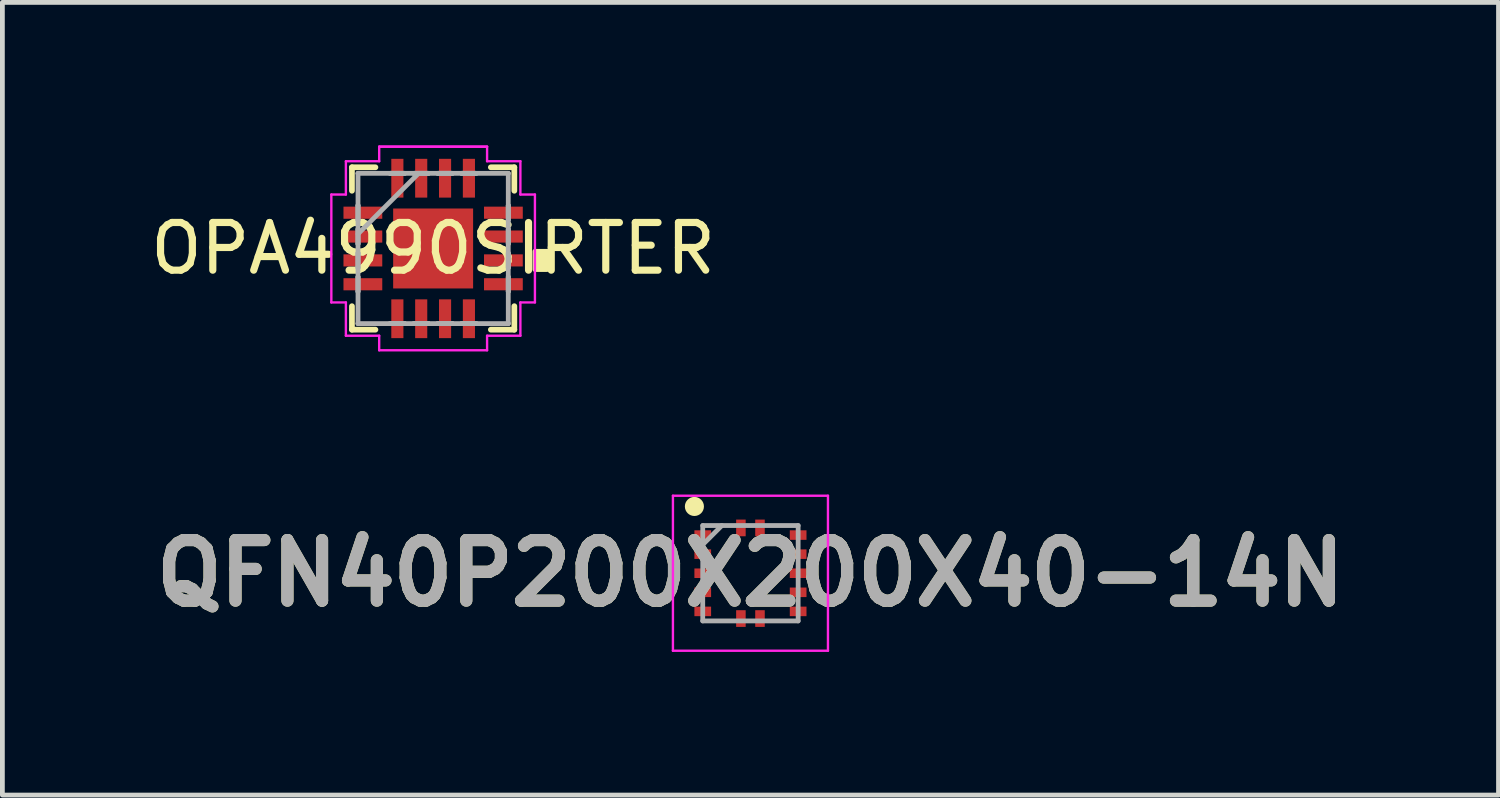
<source format=kicad_pcb>
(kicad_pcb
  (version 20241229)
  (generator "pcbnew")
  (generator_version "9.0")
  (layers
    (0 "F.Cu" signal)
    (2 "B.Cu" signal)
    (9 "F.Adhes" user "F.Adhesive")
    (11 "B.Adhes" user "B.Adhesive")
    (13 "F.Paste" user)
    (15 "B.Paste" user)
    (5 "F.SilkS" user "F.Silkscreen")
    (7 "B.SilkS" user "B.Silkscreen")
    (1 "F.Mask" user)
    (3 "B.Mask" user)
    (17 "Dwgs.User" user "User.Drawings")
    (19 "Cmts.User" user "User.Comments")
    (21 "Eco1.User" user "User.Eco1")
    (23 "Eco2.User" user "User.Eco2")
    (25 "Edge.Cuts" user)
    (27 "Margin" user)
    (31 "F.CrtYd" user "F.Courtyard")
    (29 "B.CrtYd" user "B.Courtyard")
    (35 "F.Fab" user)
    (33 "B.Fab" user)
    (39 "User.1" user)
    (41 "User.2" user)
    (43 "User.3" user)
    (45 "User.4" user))
  (footprint "OPA4990SIRTER"
    (layer "F.Cu")
    (at 6.03 2.159)
    (property "Reference" "OPA4990SIRTER" (at 0 0 0) (layer "F.SilkS") (effects (font (size 1 1) (thickness 0.15))))
    (attr through_hole)
    (fp_line (start -1.702 -1.702) (end -1.702 -1.21) (stroke (width 0.12) (type solid)) (layer "F.SilkS"))
    (fp_line (start -1.702 1.21) (end -1.702 1.702) (stroke (width 0.12) (type solid)) (layer "F.SilkS"))
    (fp_line (start -1.702 1.702) (end -1.21 1.702) (stroke (width 0.12) (type solid)) (layer "F.SilkS"))
    (fp_line (start -1.21 -1.702) (end -1.702 -1.702) (stroke (width 0.12) (type solid)) (layer "F.SilkS"))
    (fp_line (start 1.21 1.702) (end 1.702 1.702) (stroke (width 0.12) (type solid)) (layer "F.SilkS"))
    (fp_line (start 1.702 -1.702) (end 1.21 -1.702) (stroke (width 0.12) (type solid)) (layer "F.SilkS"))
    (fp_line (start 1.702 -1.21) (end 1.702 -1.702) (stroke (width 0.12) (type solid)) (layer "F.SilkS"))
    (fp_line (start 1.702 1.702) (end 1.702 1.21) (stroke (width 0.12) (type solid)) (layer "F.SilkS"))
    (fp_poly (pts (xy 2.388 0.059) (xy 2.388 0.441) (xy 2.134 0.441) (xy 2.134 0.059)) (stroke (width 0.1) (type solid)) (fill yes) (layer "F.SilkS"))
    (fp_line (start -2.134 -1.131) (end -1.829 -1.131) (stroke (width 0.05) (type solid)) (layer "F.CrtYd"))
    (fp_line (start -2.134 1.131) (end -2.134 -1.131) (stroke (width 0.05) (type solid)) (layer "F.CrtYd"))
    (fp_line (start -1.829 -1.829) (end -1.131 -1.829) (stroke (width 0.05) (type solid)) (layer "F.CrtYd"))
    (fp_line (start -1.829 -1.131) (end -1.829 -1.829) (stroke (width 0.05) (type solid)) (layer "F.CrtYd"))
    (fp_line (start -1.829 1.131) (end -2.134 1.131) (stroke (width 0.05) (type solid)) (layer "F.CrtYd"))
    (fp_line (start -1.829 1.829) (end -1.829 1.131) (stroke (width 0.05) (type solid)) (layer "F.CrtYd"))
    (fp_line (start -1.131 -2.134) (end 1.131 -2.134) (stroke (width 0.05) (type solid)) (layer "F.CrtYd"))
    (fp_line (start -1.131 -2.134) (end 1.131 -2.134) (stroke (width 0.05) (type solid)) (layer "F.CrtYd"))
    (fp_line (start -1.131 -1.829) (end -1.131 -2.134) (stroke (width 0.05) (type solid)) (layer "F.CrtYd"))
    (fp_line (start -1.131 1.829) (end -1.829 1.829) (stroke (width 0.05) (type solid)) (layer "F.CrtYd"))
    (fp_line (start -1.131 2.134) (end -1.131 1.829) (stroke (width 0.05) (type solid)) (layer "F.CrtYd"))
    (fp_line (start 1.131 -2.134) (end 1.131 -1.829) (stroke (width 0.05) (type solid)) (layer "F.CrtYd"))
    (fp_line (start 1.131 -1.829) (end 1.829 -1.829) (stroke (width 0.05) (type solid)) (layer "F.CrtYd"))
    (fp_line (start 1.131 1.829) (end 1.131 2.134) (stroke (width 0.05) (type solid)) (layer "F.CrtYd"))
    (fp_line (start 1.131 2.134) (end -1.131 2.134) (stroke (width 0.05) (type solid)) (layer "F.CrtYd"))
    (fp_line (start 1.829 -1.829) (end 1.829 -1.131) (stroke (width 0.05) (type solid)) (layer "F.CrtYd"))
    (fp_line (start 1.829 -1.131) (end 2.134 -1.131) (stroke (width 0.05) (type solid)) (layer "F.CrtYd"))
    (fp_line (start 1.829 1.131) (end 1.829 1.829) (stroke (width 0.05) (type solid)) (layer "F.CrtYd"))
    (fp_line (start 1.829 1.829) (end 1.131 1.829) (stroke (width 0.05) (type solid)) (layer "F.CrtYd"))
    (fp_line (start 2.134 -1.131) (end 2.134 1.131) (stroke (width 0.05) (type solid)) (layer "F.CrtYd"))
    (fp_line (start 2.134 1.131) (end 1.829 1.131) (stroke (width 0.05) (type solid)) (layer "F.CrtYd"))
    (fp_line (start -1.575 -1.575) (end -1.575 -1.575) (stroke (width 0.1) (type solid)) (layer "F.Fab"))
    (fp_line (start -1.575 -1.575) (end -1.575 1.575) (stroke (width 0.1) (type solid)) (layer "F.Fab"))
    (fp_line (start -1.575 -0.902) (end -1.575 -0.902) (stroke (width 0.1) (type solid)) (layer "F.Fab"))
    (fp_line (start -1.575 -0.902) (end -1.575 -0.598) (stroke (width 0.1) (type solid)) (layer "F.Fab"))
    (fp_line (start -1.575 -0.598) (end -1.575 -0.902) (stroke (width 0.1) (type solid)) (layer "F.Fab"))
    (fp_line (start -1.575 -0.598) (end -1.575 -0.598) (stroke (width 0.1) (type solid)) (layer "F.Fab"))
    (fp_line (start -1.575 -0.402) (end -1.575 -0.402) (stroke (width 0.1) (type solid)) (layer "F.Fab"))
    (fp_line (start -1.575 -0.402) (end -1.575 -0.098) (stroke (width 0.1) (type solid)) (layer "F.Fab"))
    (fp_line (start -1.575 -0.305) (end -0.305 -1.575) (stroke (width 0.1) (type solid)) (layer "F.Fab"))
    (fp_line (start -1.575 -0.098) (end -1.575 -0.402) (stroke (width 0.1) (type solid)) (layer "F.Fab"))
    (fp_line (start -1.575 -0.098) (end -1.575 -0.098) (stroke (width 0.1) (type solid)) (layer "F.Fab"))
    (fp_line (start -1.575 0.098) (end -1.575 0.098) (stroke (width 0.1) (type solid)) (layer "F.Fab"))
    (fp_line (start -1.575 0.098) (end -1.575 0.402) (stroke (width 0.1) (type solid)) (layer "F.Fab"))
    (fp_line (start -1.575 0.402) (end -1.575 0.098) (stroke (width 0.1) (type solid)) (layer "F.Fab"))
    (fp_line (start -1.575 0.402) (end -1.575 0.402) (stroke (width 0.1) (type solid)) (layer "F.Fab"))
    (fp_line (start -1.575 0.598) (end -1.575 0.598) (stroke (width 0.1) (type solid)) (layer "F.Fab"))
    (fp_line (start -1.575 0.598) (end -1.575 0.902) (stroke (width 0.1) (type solid)) (layer "F.Fab"))
    (fp_line (start -1.575 0.902) (end -1.575 0.598) (stroke (width 0.1) (type solid)) (layer "F.Fab"))
    (fp_line (start -1.575 0.902) (end -1.575 0.902) (stroke (width 0.1) (type solid)) (layer "F.Fab"))
    (fp_line (start -1.575 1.575) (end -1.575 1.575) (stroke (width 0.1) (type solid)) (layer "F.Fab"))
    (fp_line (start -1.575 1.575) (end 1.575 1.575) (stroke (width 0.1) (type solid)) (layer "F.Fab"))
    (fp_line (start -0.902 -1.575) (end -0.902 -1.575) (stroke (width 0.1) (type solid)) (layer "F.Fab"))
    (fp_line (start -0.902 -1.575) (end -0.598 -1.575) (stroke (width 0.1) (type solid)) (layer "F.Fab"))
    (fp_line (start -0.902 1.575) (end -0.902 1.575) (stroke (width 0.1) (type solid)) (layer "F.Fab"))
    (fp_line (start -0.902 1.575) (end -0.598 1.575) (stroke (width 0.1) (type solid)) (layer "F.Fab"))
    (fp_line (start -0.598 -1.575) (end -0.902 -1.575) (stroke (width 0.1) (type solid)) (layer "F.Fab"))
    (fp_line (start -0.598 -1.575) (end -0.598 -1.575) (stroke (width 0.1) (type solid)) (layer "F.Fab"))
    (fp_line (start -0.598 1.575) (end -0.902 1.575) (stroke (width 0.1) (type solid)) (layer "F.Fab"))
    (fp_line (start -0.598 1.575) (end -0.598 1.575) (stroke (width 0.1) (type solid)) (layer "F.Fab"))
    (fp_line (start -0.402 -1.575) (end -0.402 -1.575) (stroke (width 0.1) (type solid)) (layer "F.Fab"))
    (fp_line (start -0.402 -1.575) (end -0.098 -1.575) (stroke (width 0.1) (type solid)) (layer "F.Fab"))
    (fp_line (start -0.402 1.575) (end -0.402 1.575) (stroke (width 0.1) (type solid)) (layer "F.Fab"))
    (fp_line (start -0.402 1.575) (end -0.098 1.575) (stroke (width 0.1) (type solid)) (layer "F.Fab"))
    (fp_line (start -0.098 -1.575) (end -0.402 -1.575) (stroke (width 0.1) (type solid)) (layer "F.Fab"))
    (fp_line (start -0.098 -1.575) (end -0.098 -1.575) (stroke (width 0.1) (type solid)) (layer "F.Fab"))
    (fp_line (start -0.098 1.575) (end -0.402 1.575) (stroke (width 0.1) (type solid)) (layer "F.Fab"))
    (fp_line (start -0.098 1.575) (end -0.098 1.575) (stroke (width 0.1) (type solid)) (layer "F.Fab"))
    (fp_line (start 0.098 -1.575) (end 0.098 -1.575) (stroke (width 0.1) (type solid)) (layer "F.Fab"))
    (fp_line (start 0.098 -1.575) (end 0.402 -1.575) (stroke (width 0.1) (type solid)) (layer "F.Fab"))
    (fp_line (start 0.098 1.575) (end 0.098 1.575) (stroke (width 0.1) (type solid)) (layer "F.Fab"))
    (fp_line (start 0.098 1.575) (end 0.402 1.575) (stroke (width 0.1) (type solid)) (layer "F.Fab"))
    (fp_line (start 0.402 -1.575) (end 0.098 -1.575) (stroke (width 0.1) (type solid)) (layer "F.Fab"))
    (fp_line (start 0.402 -1.575) (end 0.402 -1.575) (stroke (width 0.1) (type solid)) (layer "F.Fab"))
    (fp_line (start 0.402 1.575) (end 0.098 1.575) (stroke (width 0.1) (type solid)) (layer "F.Fab"))
    (fp_line (start 0.402 1.575) (end 0.402 1.575) (stroke (width 0.1) (type solid)) (layer "F.Fab"))
    (fp_line (start 0.598 -1.575) (end 0.598 -1.575) (stroke (width 0.1) (type solid)) (layer "F.Fab"))
    (fp_line (start 0.598 -1.575) (end 0.902 -1.575) (stroke (width 0.1) (type solid)) (layer "F.Fab"))
    (fp_line (start 0.598 1.575) (end 0.598 1.575) (stroke (width 0.1) (type solid)) (layer "F.Fab"))
    (fp_line (start 0.598 1.575) (end 0.902 1.575) (stroke (width 0.1) (type solid)) (layer "F.Fab"))
    (fp_line (start 0.902 -1.575) (end 0.598 -1.575) (stroke (width 0.1) (type solid)) (layer "F.Fab"))
    (fp_line (start 0.902 -1.575) (end 0.902 -1.575) (stroke (width 0.1) (type solid)) (layer "F.Fab"))
    (fp_line (start 0.902 1.575) (end 0.598 1.575) (stroke (width 0.1) (type solid)) (layer "F.Fab"))
    (fp_line (start 0.902 1.575) (end 0.902 1.575) (stroke (width 0.1) (type solid)) (layer "F.Fab"))
    (fp_line (start 1.575 -1.575) (end -1.575 -1.575) (stroke (width 0.1) (type solid)) (layer "F.Fab"))
    (fp_line (start 1.575 -1.575) (end 1.575 -1.575) (stroke (width 0.1) (type solid)) (layer "F.Fab"))
    (fp_line (start 1.575 -0.902) (end 1.575 -0.902) (stroke (width 0.1) (type solid)) (layer "F.Fab"))
    (fp_line (start 1.575 -0.902) (end 1.575 -0.598) (stroke (width 0.1) (type solid)) (layer "F.Fab"))
    (fp_line (start 1.575 -0.598) (end 1.575 -0.902) (stroke (width 0.1) (type solid)) (layer "F.Fab"))
    (fp_line (start 1.575 -0.598) (end 1.575 -0.598) (stroke (width 0.1) (type solid)) (layer "F.Fab"))
    (fp_line (start 1.575 -0.402) (end 1.575 -0.402) (stroke (width 0.1) (type solid)) (layer "F.Fab"))
    (fp_line (start 1.575 -0.402) (end 1.575 -0.098) (stroke (width 0.1) (type solid)) (layer "F.Fab"))
    (fp_line (start 1.575 -0.098) (end 1.575 -0.402) (stroke (width 0.1) (type solid)) (layer "F.Fab"))
    (fp_line (start 1.575 -0.098) (end 1.575 -0.098) (stroke (width 0.1) (type solid)) (layer "F.Fab"))
    (fp_line (start 1.575 0.098) (end 1.575 0.098) (stroke (width 0.1) (type solid)) (layer "F.Fab"))
    (fp_line (start 1.575 0.098) (end 1.575 0.402) (stroke (width 0.1) (type solid)) (layer "F.Fab"))
    (fp_line (start 1.575 0.402) (end 1.575 0.098) (stroke (width 0.1) (type solid)) (layer "F.Fab"))
    (fp_line (start 1.575 0.402) (end 1.575 0.402) (stroke (width 0.1) (type solid)) (layer "F.Fab"))
    (fp_line (start 1.575 0.598) (end 1.575 0.598) (stroke (width 0.1) (type solid)) (layer "F.Fab"))
    (fp_line (start 1.575 0.598) (end 1.575 0.902) (stroke (width 0.1) (type solid)) (layer "F.Fab"))
    (fp_line (start 1.575 0.902) (end 1.575 0.598) (stroke (width 0.1) (type solid)) (layer "F.Fab"))
    (fp_line (start 1.575 0.902) (end 1.575 0.902) (stroke (width 0.1) (type solid)) (layer "F.Fab"))
    (fp_line (start 1.575 1.575) (end 1.575 -1.575) (stroke (width 0.1) (type solid)) (layer "F.Fab"))
    (fp_line (start 1.575 1.575) (end 1.575 1.575) (stroke (width 0.1) (type solid)) (layer "F.Fab"))
    (pad "1" smd rect (at -1.473 -0.75 90) (size 0.254 0.813) (layers "F.Cu" "F.Mask" "F.Paste"))
    (pad "2" smd rect (at -1.473 -0.25 90) (size 0.254 0.813) (layers "F.Cu" "F.Mask" "F.Paste"))
    (pad "3" smd rect (at -1.473 0.25 90) (size 0.254 0.813) (layers "F.Cu" "F.Mask" "F.Paste"))
    (pad "4" smd rect (at -1.473 0.75 90) (size 0.254 0.813) (layers "F.Cu" "F.Mask" "F.Paste"))
    (pad "5" smd rect (at -0.75 1.473) (size 0.254 0.813) (layers "F.Cu" "F.Mask" "F.Paste"))
    (pad "6" smd rect (at -0.25 1.473) (size 0.254 0.813) (layers "F.Cu" "F.Mask" "F.Paste"))
    (pad "7" smd rect (at 0.25 1.473) (size 0.254 0.813) (layers "F.Cu" "F.Mask" "F.Paste"))
    (pad "8" smd rect (at 0.75 1.473) (size 0.254 0.813) (layers "F.Cu" "F.Mask" "F.Paste"))
    (pad "9" smd rect (at 1.473 0.75 90) (size 0.254 0.813) (layers "F.Cu" "F.Mask" "F.Paste"))
    (pad "10" smd rect (at 1.473 0.25 90) (size 0.254 0.813) (layers "F.Cu" "F.Mask" "F.Paste"))
    (pad "11" smd rect (at 1.473 -0.25 90) (size 0.254 0.813) (layers "F.Cu" "F.Mask" "F.Paste"))
    (pad "12" smd rect (at 1.473 -0.75 90) (size 0.254 0.813) (layers "F.Cu" "F.Mask" "F.Paste"))
    (pad "13" smd rect (at 0.75 -1.473) (size 0.254 0.813) (layers "F.Cu" "F.Mask" "F.Paste"))
    (pad "14" smd rect (at 0.25 -1.473) (size 0.254 0.813) (layers "F.Cu" "F.Mask" "F.Paste"))
    (pad "15" smd rect (at -0.25 -1.473) (size 0.254 0.813) (layers "F.Cu" "F.Mask" "F.Paste"))
    (pad "16" smd rect (at -0.75 -1.473) (size 0.254 0.813) (layers "F.Cu" "F.Mask" "F.Paste"))
    (pad "17" smd rect (at 0 0) (size 1.676 1.676) (layers "F.Cu" "F.Mask" "F.Paste")))
  (footprint "QFN40P200X200X40-14N"
    (layer "F.Cu")
    (at 12.682 8.967)
    (property "Reference" "QFN40P200X200X40-14N" (at 0 0 0) (layer "F.SilkS") (effects (font (size 1.27 1.27) (thickness 0.254))))
    (attr smd)
    (fp_circle (center -1.175 -1.4) (end -1.175 -1.3) (stroke (width 0.2) (type solid)) (fill no) (layer "F.SilkS"))
    (fp_line (start -1.625 -1.625) (end 1.625 -1.625) (stroke (width 0.05) (type solid)) (layer "F.CrtYd"))
    (fp_line (start -1.625 1.625) (end -1.625 -1.625) (stroke (width 0.05) (type solid)) (layer "F.CrtYd"))
    (fp_line (start 1.625 -1.625) (end 1.625 1.625) (stroke (width 0.05) (type solid)) (layer "F.CrtYd"))
    (fp_line (start 1.625 1.625) (end -1.625 1.625) (stroke (width 0.05) (type solid)) (layer "F.CrtYd"))
    (fp_line (start -1 -1) (end 1 -1) (stroke (width 0.1) (type solid)) (layer "F.Fab"))
    (fp_line (start -1 -0.6) (end -0.6 -1) (stroke (width 0.1) (type solid)) (layer "F.Fab"))
    (fp_line (start -1 1) (end -1 -1) (stroke (width 0.1) (type solid)) (layer "F.Fab"))
    (fp_line (start 1 -1) (end 1 1) (stroke (width 0.1) (type solid)) (layer "F.Fab"))
    (fp_line (start 1 1) (end -1 1) (stroke (width 0.1) (type solid)) (layer "F.Fab"))
    (fp_text user "${REFERENCE}" (at 0 0 0) (layer "F.Fab") (effects (font (size 1.27 1.27) (thickness 0.254))))
    (pad "1" smd rect (at -1 -0.8 90) (size 0.2 0.35) (layers "F.Cu" "F.Mask" "F.Paste"))
    (pad "2" smd rect (at -1 -0.4 90) (size 0.2 0.35) (layers "F.Cu" "F.Mask" "F.Paste"))
    (pad "3" smd rect (at -1 0 90) (size 0.2 0.35) (layers "F.Cu" "F.Mask" "F.Paste"))
    (pad "4" smd rect (at -1 0.4 90) (size 0.2 0.35) (layers "F.Cu" "F.Mask" "F.Paste"))
    (pad "5" smd rect (at -1 0.8 90) (size 0.2 0.35) (layers "F.Cu" "F.Mask" "F.Paste"))
    (pad "6" smd rect (at -0.2 0.95) (size 0.2 0.35) (layers "F.Cu" "F.Mask" "F.Paste"))
    (pad "7" smd rect (at 0.2 0.95) (size 0.2 0.35) (layers "F.Cu" "F.Mask" "F.Paste"))
    (pad "8" smd rect (at 1 0.8 90) (size 0.2 0.35) (layers "F.Cu" "F.Mask" "F.Paste"))
    (pad "9" smd rect (at 1 0.4 90) (size 0.2 0.35) (layers "F.Cu" "F.Mask" "F.Paste"))
    (pad "10" smd rect (at 1 0 90) (size 0.2 0.35) (layers "F.Cu" "F.Mask" "F.Paste"))
    (pad "11" smd rect (at 1 -0.4 90) (size 0.2 0.35) (layers "F.Cu" "F.Mask" "F.Paste"))
    (pad "12" smd rect (at 1 -0.8 90) (size 0.2 0.35) (layers "F.Cu" "F.Mask" "F.Paste"))
    (pad "13" smd rect (at 0.2 -0.95) (size 0.2 0.35) (layers "F.Cu" "F.Mask" "F.Paste"))
    (pad "14" smd rect (at -0.2 -0.95) (size 0.2 0.35) (layers "F.Cu" "F.Mask" "F.Paste")))
  (gr_rect
    (start -3 -3)
    (end 28.364 13.617)
    (stroke (width 0.1) (type default))
    (fill no)
    (layer "Edge.Cuts")))
</source>
